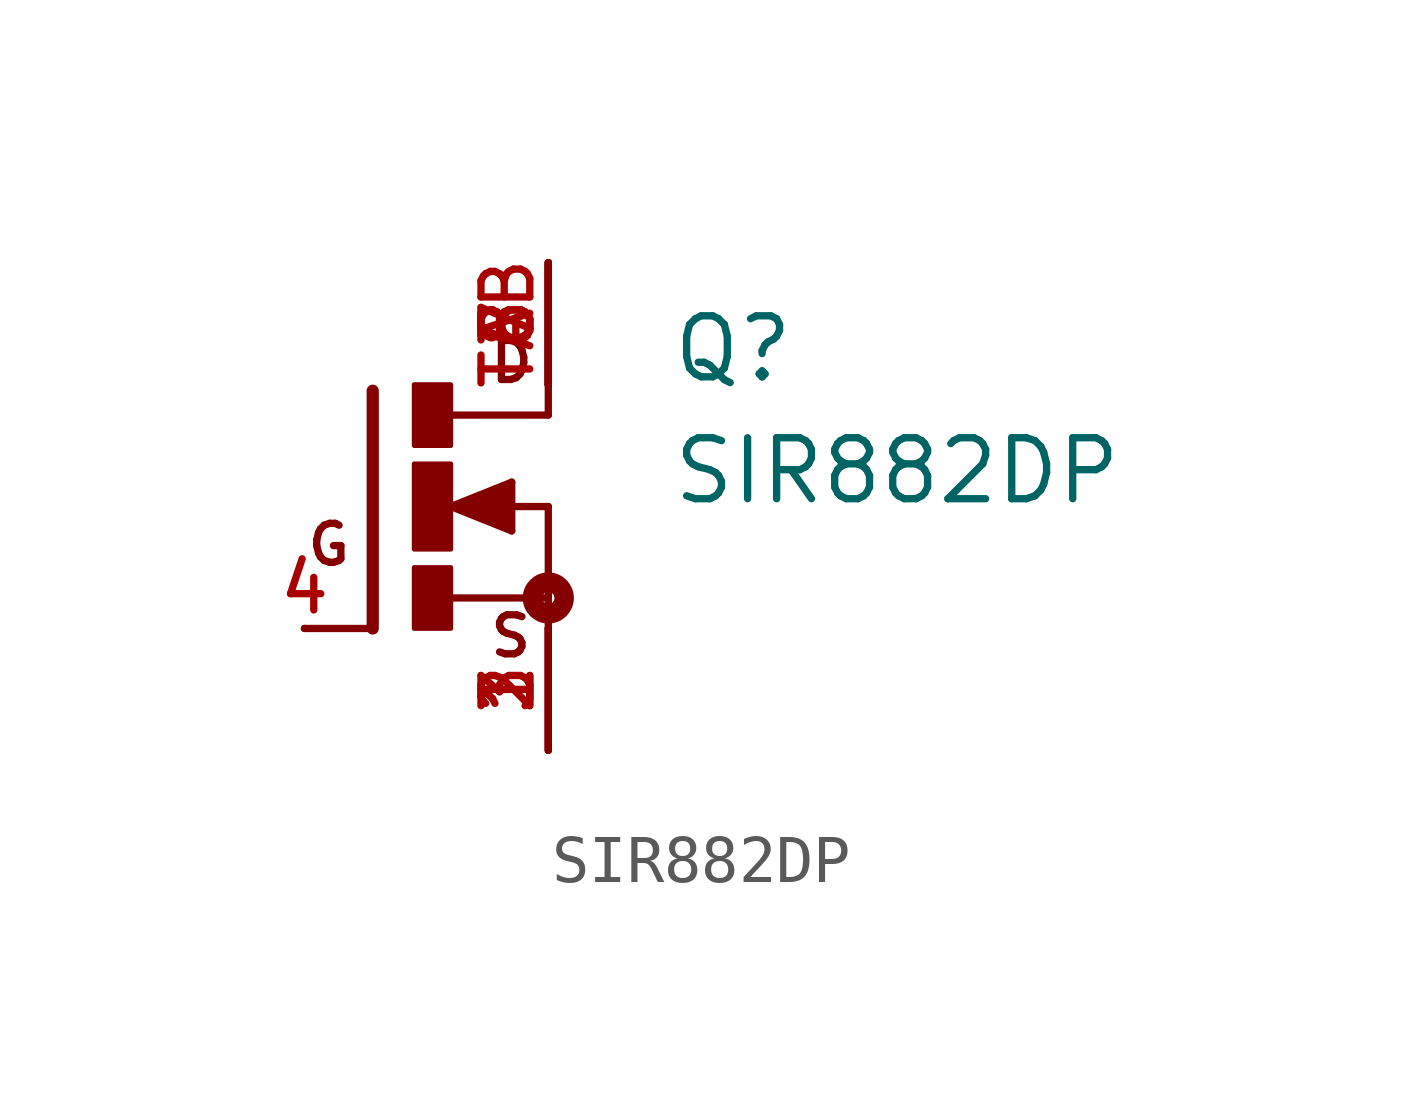
<source format=kicad_sym>
(kicad_symbol_lib
  (version 20211014)
  (generator kicad_symbol_editor)
  (symbol "SIR882DP"
    (pin_names
      (offset 1.016))
    (property "Reference" "Q"
      (at 5.08 2.54 0)
      (effects (font (size 1.27 1.27)) (justify bottom left)))
    (property "Value" "SIR882DP"
      (at 5.08 0.0 0)
      (effects (font (size 1.27 1.27)) (justify bottom left)))
    (symbol "SIR882DP_0_0"
      (polyline (pts (xy -1.118 2.413) (xy -1.118 -2.54)) (stroke (width 0.254)))
      (polyline (pts (xy -1.118 -2.54) (xy -2.54 -2.54)) (stroke (width 0.152)))
      (polyline (pts (xy 2.54 1.905) (xy 0.533 1.905)) (stroke (width 0.152)))
      (polyline (pts (xy 2.54 2.54) (xy 2.54 1.905)) (stroke (width 0.152)))
      (polyline (pts (xy 2.54 0.0) (xy 2.54 -1.905)) (stroke (width 0.152)))
      (polyline (pts (xy 0.508 -1.905) (xy 2.54 -1.905)) (stroke (width 0.152)))
      (polyline (pts (xy 2.54 -1.905) (xy 2.54 -2.54)) (stroke (width 0.152)))
      (polyline (pts (xy 0.508 0.0) (xy 1.778 -0.508)) (stroke (width 0.152)))
      (polyline (pts (xy 1.778 -0.508) (xy 1.778 0.508)) (stroke (width 0.152)))
      (polyline (pts (xy 1.778 0.508) (xy 0.508 0.0)) (stroke (width 0.152)))
      (polyline (pts (xy 1.651 0.0) (xy 2.54 0.0)) (stroke (width 0.152)))
      (polyline (pts (xy 1.651 0.254) (xy 0.762 0.0)) (stroke (width 0.305)))
      (polyline (pts (xy 0.762 0.0) (xy 1.651 -0.254)) (stroke (width 0.305)))
      (polyline (pts (xy 1.651 -0.254) (xy 1.651 0.0)) (stroke (width 0.305)))
      (polyline (pts (xy 1.651 0.0) (xy 1.397 0.0)) (stroke (width 0.305)))
      (circle (center 2.54 -1.905) (radius 0.127) (stroke (width 0.406)) (fill (type none)))
      (text "D" (at 1.27 2.54 0) (effects (font (size 0.813 0.813)) (justify bottom left)))
      (text "S" (at 1.27 -3.175 0) (effects (font (size 0.813 0.813)) (justify bottom left)))
      (text "G" (at -2.54 -1.27 0) (effects (font (size 0.813 0.813)) (justify bottom left)))
      (rectangle (start -0.254 -2.54) (end 0.508 -1.27) (stroke (width 0.1)) (fill (type outline)))
      (rectangle (start -0.254 1.27) (end 0.508 2.54) (stroke (width 0.1)) (fill (type outline)))
      (rectangle (start -0.254 -0.889) (end 0.508 0.889) (stroke (width 0.1)) (fill (type outline)))
      (pin passive line (at -2.54 -2.54 0) (length 0) (name "~" (effects (font (size 1.016 1.016)))) (number "4" (effects (font (size 1.016 1.016)))))
      (pin passive line (at 2.54 5.08 270.0) (length 2.54) (name "~" (effects (font (size 1.016 1.016)))) (number "5" (effects (font (size 1.016 1.016)))))
      (pin passive line (at 2.54 5.08 270.0) (length 2.54) (name "~" (effects (font (size 1.016 1.016)))) (number "6" (effects (font (size 1.016 1.016)))))
      (pin passive line (at 2.54 5.08 270.0) (length 2.54) (name "~" (effects (font (size 1.016 1.016)))) (number "7" (effects (font (size 1.016 1.016)))))
      (pin passive line (at 2.54 5.08 270.0) (length 2.54) (name "~" (effects (font (size 1.016 1.016)))) (number "8" (effects (font (size 1.016 1.016)))))
      (pin passive line (at 2.54 5.08 270.0) (length 2.54) (name "~" (effects (font (size 1.016 1.016)))) (number "TAB" (effects (font (size 1.016 1.016)))))
      (pin passive line (at 2.54 -5.08 90.0) (length 2.54) (name "~" (effects (font (size 1.016 1.016)))) (number "1" (effects (font (size 1.016 1.016)))))
      (pin passive line (at 2.54 -5.08 90.0) (length 2.54) (name "~" (effects (font (size 1.016 1.016)))) (number "2" (effects (font (size 1.016 1.016)))))
      (pin passive line (at 2.54 -5.08 90.0) (length 2.54) (name "~" (effects (font (size 1.016 1.016)))) (number "3" (effects (font (size 1.016 1.016))))))))
</source>
